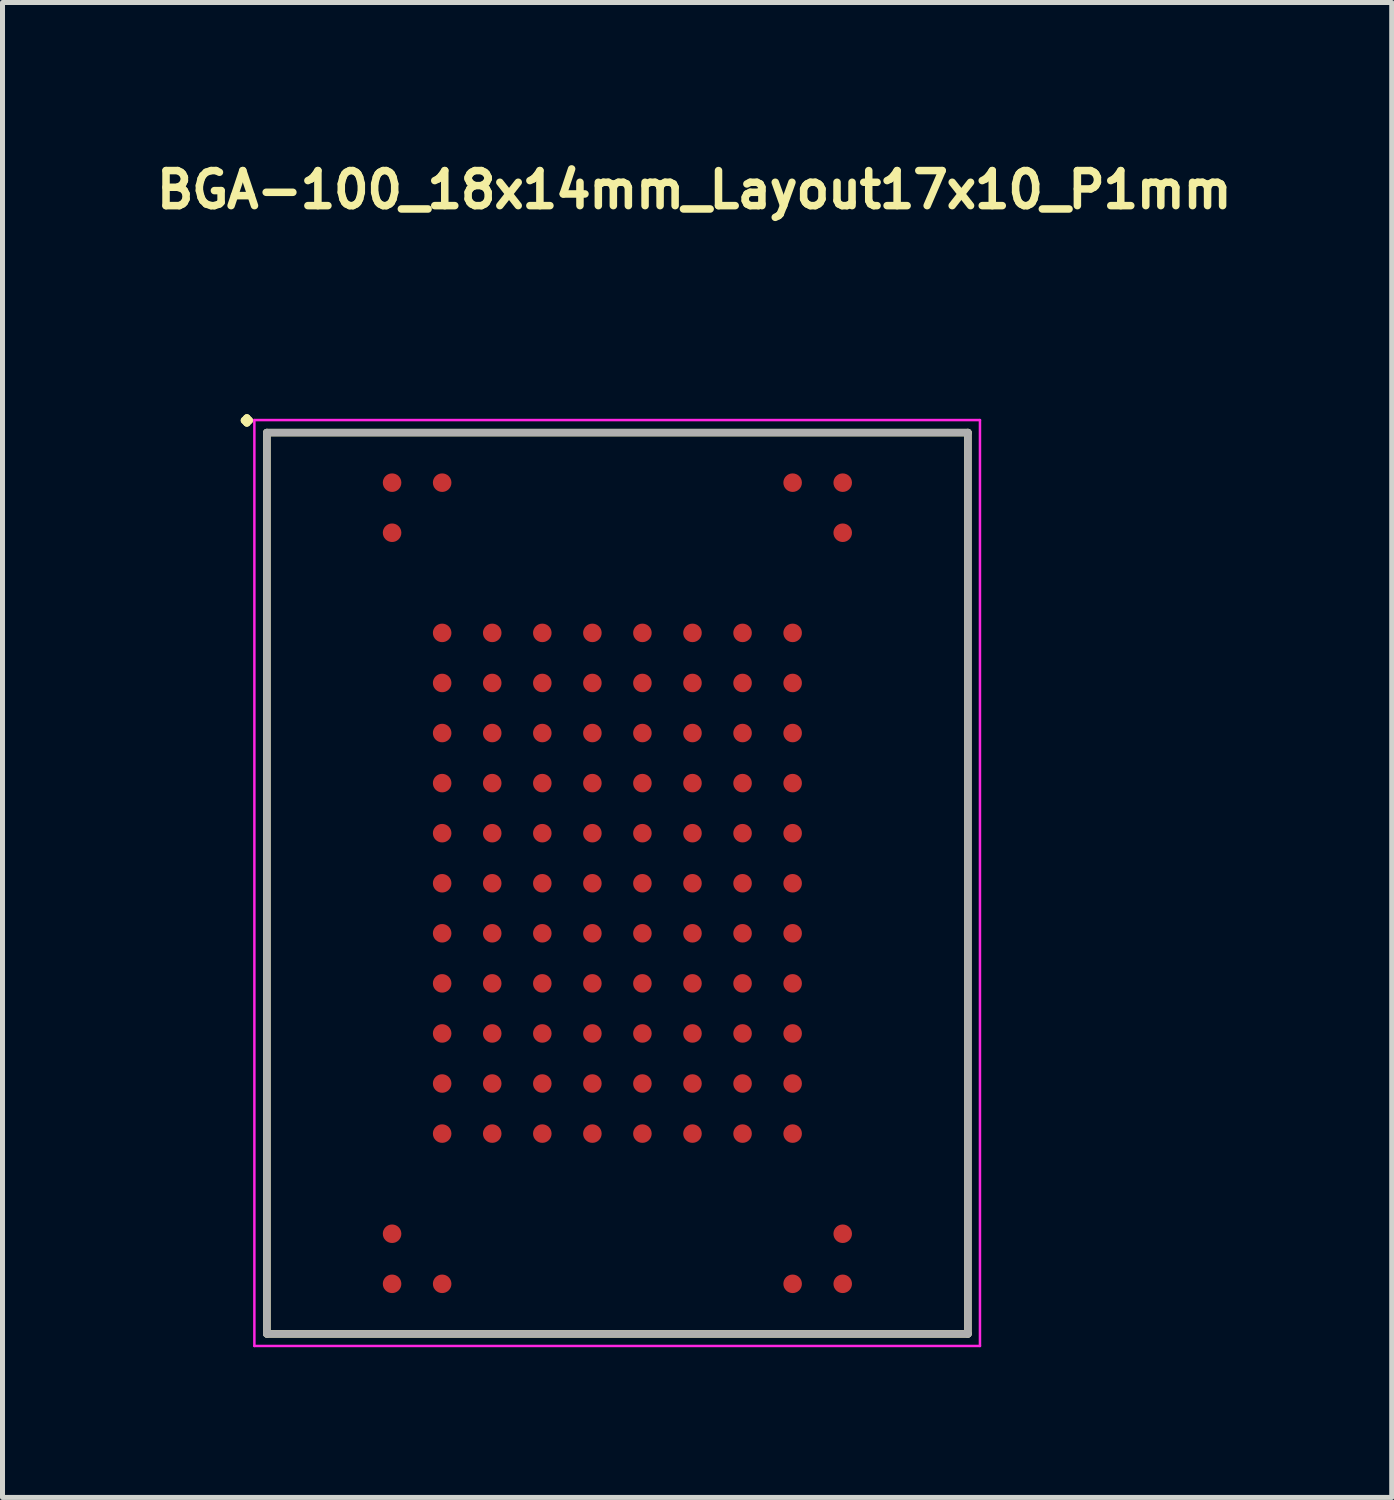
<source format=kicad_pcb>
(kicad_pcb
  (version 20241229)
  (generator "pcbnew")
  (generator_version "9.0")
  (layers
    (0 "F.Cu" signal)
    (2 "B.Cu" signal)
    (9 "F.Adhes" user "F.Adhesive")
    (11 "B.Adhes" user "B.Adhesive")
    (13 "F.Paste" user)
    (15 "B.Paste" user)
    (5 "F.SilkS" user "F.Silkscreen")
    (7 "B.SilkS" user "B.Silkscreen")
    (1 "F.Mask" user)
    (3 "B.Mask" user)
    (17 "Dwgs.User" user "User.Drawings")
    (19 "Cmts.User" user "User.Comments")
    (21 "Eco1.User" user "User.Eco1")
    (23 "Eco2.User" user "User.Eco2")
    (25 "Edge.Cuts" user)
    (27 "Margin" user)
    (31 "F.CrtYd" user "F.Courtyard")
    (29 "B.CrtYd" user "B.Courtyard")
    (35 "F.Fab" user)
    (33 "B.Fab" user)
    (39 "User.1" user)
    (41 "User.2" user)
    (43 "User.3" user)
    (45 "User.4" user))
  (footprint "BGA-100_18x14mm_Layout17x10_P1mm"
    (layer "F.Cu")
    (at 9.28 14.589)
    (property "Reference" "BGA-100_18x14mm_Layout17x10_P1mm" (at -9.28 -13.439 0) (layer "F.SilkS") (effects (font (size 0.7 0.7) (thickness 0.15)) (justify left bottom)))
    (attr smd)
    (fp_line (start -7 8.999) (end -7 -9) (stroke (width 0.15) (type solid)) (layer "F.SilkS"))
    (fp_line (start 6.999 -9) (end -7 -9) (stroke (width 0.15) (type solid)) (layer "F.SilkS"))
    (fp_line (start 6.999 8.999) (end -7 8.999) (stroke (width 0.15) (type solid)) (layer "F.SilkS"))
    (fp_line (start 6.999 8.999) (end 6.999 -9) (stroke (width 0.15) (type solid)) (layer "F.SilkS"))
    (fp_line (start -7.25 -9.25) (end 7.24 -9.25) (stroke (width 0.05) (type solid)) (layer "F.CrtYd"))
    (fp_line (start -7.25 9.24) (end -7.25 -9.25) (stroke (width 0.05) (type solid)) (layer "F.CrtYd"))
    (fp_line (start -7.25 9.24) (end 7.24 9.24) (stroke (width 0.05) (type solid)) (layer "F.CrtYd"))
    (fp_line (start 7.24 9.24) (end 7.24 -9.25) (stroke (width 0.05) (type solid)) (layer "F.CrtYd"))
    (fp_line (start -7 8.999) (end -7 -9) (stroke (width 0.15) (type solid)) (layer "F.Fab"))
    (fp_line (start 6.999 -9) (end -7 -9) (stroke (width 0.15) (type solid)) (layer "F.Fab"))
    (fp_line (start 6.999 8.999) (end -7 8.999) (stroke (width 0.15) (type solid)) (layer "F.Fab"))
    (fp_line (start 6.999 8.999) (end 6.999 -9) (stroke (width 0.15) (type solid)) (layer "F.Fab"))
    (fp_rect (start -7 -9) (end 6.999 8.999) (stroke (width 0.1) (type solid)) (fill no) (layer "User.5"))
    (fp_line (start -7 -9) (end 6.999 -9) (stroke (width 0.02) (type solid)) (layer "User.9"))
    (fp_line (start -7 8.999) (end -7 -9) (stroke (width 0.02) (type solid)) (layer "User.9"))
    (fp_line (start -6.417 -7.853) (end -6.417 -7.834) (stroke (width 0.02) (type solid)) (layer "User.9"))
    (fp_line (start -6.417 -7.853) (end -6.417 -7.834) (stroke (width 0.02) (type solid)) (layer "User.9"))
    (fp_line (start -6.417 -7.834) (end -6.416 -7.795) (stroke (width 0.02) (type solid)) (layer "User.9"))
    (fp_line (start -6.417 -7.834) (end -6.416 -7.795) (stroke (width 0.02) (type solid)) (layer "User.9"))
    (fp_line (start -6.416 -7.873) (end -6.417 -7.853) (stroke (width 0.02) (type solid)) (layer "User.9"))
    (fp_line (start -6.416 -7.873) (end -6.417 -7.853) (stroke (width 0.02) (type solid)) (layer "User.9"))
    (fp_line (start -6.416 -7.795) (end -6.412 -7.757) (stroke (width 0.02) (type solid)) (layer "User.9"))
    (fp_line (start -6.416 -7.795) (end -6.412 -7.757) (stroke (width 0.02) (type solid)) (layer "User.9"))
    (fp_line (start -6.414 -7.892) (end -6.416 -7.873) (stroke (width 0.02) (type solid)) (layer "User.9"))
    (fp_line (start -6.414 -7.892) (end -6.416 -7.873) (stroke (width 0.02) (type solid)) (layer "User.9"))
    (fp_line (start -6.412 -7.911) (end -6.414 -7.892) (stroke (width 0.02) (type solid)) (layer "User.9"))
    (fp_line (start -6.412 -7.911) (end -6.414 -7.892) (stroke (width 0.02) (type solid)) (layer "User.9"))
    (fp_line (start -6.412 -7.757) (end -6.406 -7.719) (stroke (width 0.02) (type solid)) (layer "User.9"))
    (fp_line (start -6.412 -7.757) (end -6.406 -7.719) (stroke (width 0.02) (type solid)) (layer "User.9"))
    (fp_line (start -6.409 -7.93) (end -6.412 -7.911) (stroke (width 0.02) (type solid)) (layer "User.9"))
    (fp_line (start -6.409 -7.93) (end -6.412 -7.911) (stroke (width 0.02) (type solid)) (layer "User.9"))
    (fp_line (start -6.406 -7.949) (end -6.409 -7.93) (stroke (width 0.02) (type solid)) (layer "User.9"))
    (fp_line (start -6.406 -7.949) (end -6.409 -7.93) (stroke (width 0.02) (type solid)) (layer "User.9"))
    (fp_line (start -6.406 -7.719) (end -6.397 -7.682) (stroke (width 0.02) (type solid)) (layer "User.9"))
    (fp_line (start -6.406 -7.719) (end -6.397 -7.682) (stroke (width 0.02) (type solid)) (layer "User.9"))
    (fp_line (start -6.402 -7.968) (end -6.406 -7.949) (stroke (width 0.02) (type solid)) (layer "User.9"))
    (fp_line (start -6.402 -7.968) (end -6.406 -7.949) (stroke (width 0.02) (type solid)) (layer "User.9"))
    (fp_line (start -6.397 -7.986) (end -6.402 -7.968) (stroke (width 0.02) (type solid)) (layer "User.9"))
    (fp_line (start -6.397 -7.986) (end -6.402 -7.968) (stroke (width 0.02) (type solid)) (layer "User.9"))
    (fp_line (start -6.397 -7.682) (end -6.386 -7.645) (stroke (width 0.02) (type solid)) (layer "User.9"))
    (fp_line (start -6.397 -7.682) (end -6.386 -7.645) (stroke (width 0.02) (type solid)) (layer "User.9"))
    (fp_line (start -6.392 -8.004) (end -6.397 -7.986) (stroke (width 0.02) (type solid)) (layer "User.9"))
    (fp_line (start -6.392 -8.004) (end -6.397 -7.986) (stroke (width 0.02) (type solid)) (layer "User.9"))
    (fp_line (start -6.386 -8.022) (end -6.392 -8.004) (stroke (width 0.02) (type solid)) (layer "User.9"))
    (fp_line (start -6.386 -8.022) (end -6.392 -8.004) (stroke (width 0.02) (type solid)) (layer "User.9"))
    (fp_line (start -6.386 -7.645) (end -6.372 -7.61) (stroke (width 0.02) (type solid)) (layer "User.9"))
    (fp_line (start -6.386 -7.645) (end -6.372 -7.61) (stroke (width 0.02) (type solid)) (layer "User.9"))
    (fp_line (start -6.379 -8.04) (end -6.386 -8.022) (stroke (width 0.02) (type solid)) (layer "User.9"))
    (fp_line (start -6.379 -8.04) (end -6.386 -8.022) (stroke (width 0.02) (type solid)) (layer "User.9"))
    (fp_line (start -6.372 -8.058) (end -6.379 -8.04) (stroke (width 0.02) (type solid)) (layer "User.9"))
    (fp_line (start -6.372 -8.058) (end -6.379 -8.04) (stroke (width 0.02) (type solid)) (layer "User.9"))
    (fp_line (start -6.372 -7.61) (end -6.357 -7.575) (stroke (width 0.02) (type solid)) (layer "User.9"))
    (fp_line (start -6.372 -7.61) (end -6.357 -7.575) (stroke (width 0.02) (type solid)) (layer "User.9"))
    (fp_line (start -6.365 -8.075) (end -6.372 -8.058) (stroke (width 0.02) (type solid)) (layer "User.9"))
    (fp_line (start -6.365 -8.075) (end -6.372 -8.058) (stroke (width 0.02) (type solid)) (layer "User.9"))
    (fp_line (start -6.357 -8.092) (end -6.365 -8.075) (stroke (width 0.02) (type solid)) (layer "User.9"))
    (fp_line (start -6.357 -8.092) (end -6.365 -8.075) (stroke (width 0.02) (type solid)) (layer "User.9"))
    (fp_line (start -6.357 -7.575) (end -6.339 -7.542) (stroke (width 0.02) (type solid)) (layer "User.9"))
    (fp_line (start -6.357 -7.575) (end -6.339 -7.542) (stroke (width 0.02) (type solid)) (layer "User.9"))
    (fp_line (start -6.348 -8.109) (end -6.357 -8.092) (stroke (width 0.02) (type solid)) (layer "User.9"))
    (fp_line (start -6.348 -8.109) (end -6.357 -8.092) (stroke (width 0.02) (type solid)) (layer "User.9"))
    (fp_line (start -6.339 -8.125) (end -6.348 -8.109) (stroke (width 0.02) (type solid)) (layer "User.9"))
    (fp_line (start -6.339 -8.125) (end -6.348 -8.109) (stroke (width 0.02) (type solid)) (layer "User.9"))
    (fp_line (start -6.339 -7.542) (end -6.319 -7.51) (stroke (width 0.02) (type solid)) (layer "User.9"))
    (fp_line (start -6.339 -7.542) (end -6.319 -7.51) (stroke (width 0.02) (type solid)) (layer "User.9"))
    (fp_line (start -6.329 -8.142) (end -6.339 -8.125) (stroke (width 0.02) (type solid)) (layer "User.9"))
    (fp_line (start -6.329 -8.142) (end -6.339 -8.125) (stroke (width 0.02) (type solid)) (layer "User.9"))
    (fp_line (start -6.319 -8.158) (end -6.329 -8.142) (stroke (width 0.02) (type solid)) (layer "User.9"))
    (fp_line (start -6.319 -8.158) (end -6.329 -8.142) (stroke (width 0.02) (type solid)) (layer "User.9"))
    (fp_line (start -6.319 -7.51) (end -6.297 -7.479) (stroke (width 0.02) (type solid)) (layer "User.9"))
    (fp_line (start -6.319 -7.51) (end -6.297 -7.479) (stroke (width 0.02) (type solid)) (layer "User.9"))
    (fp_line (start -6.308 -8.173) (end -6.319 -8.158) (stroke (width 0.02) (type solid)) (layer "User.9"))
    (fp_line (start -6.308 -8.173) (end -6.319 -8.158) (stroke (width 0.02) (type solid)) (layer "User.9"))
    (fp_line (start -6.297 -8.188) (end -6.308 -8.173) (stroke (width 0.02) (type solid)) (layer "User.9"))
    (fp_line (start -6.297 -8.188) (end -6.308 -8.173) (stroke (width 0.02) (type solid)) (layer "User.9"))
    (fp_line (start -6.297 -7.479) (end -6.273 -7.45) (stroke (width 0.02) (type solid)) (layer "User.9"))
    (fp_line (start -6.297 -7.479) (end -6.273 -7.45) (stroke (width 0.02) (type solid)) (layer "User.9"))
    (fp_line (start -6.285 -8.203) (end -6.297 -8.188) (stroke (width 0.02) (type solid)) (layer "User.9"))
    (fp_line (start -6.285 -8.203) (end -6.297 -8.188) (stroke (width 0.02) (type solid)) (layer "User.9"))
    (fp_line (start -6.273 -8.218) (end -6.285 -8.203) (stroke (width 0.02) (type solid)) (layer "User.9"))
    (fp_line (start -6.273 -8.218) (end -6.285 -8.203) (stroke (width 0.02) (type solid)) (layer "User.9"))
    (fp_line (start -6.273 -7.45) (end -6.247 -7.422) (stroke (width 0.02) (type solid)) (layer "User.9"))
    (fp_line (start -6.273 -7.45) (end -6.247 -7.422) (stroke (width 0.02) (type solid)) (layer "User.9"))
    (fp_line (start -6.26 -8.232) (end -6.273 -8.218) (stroke (width 0.02) (type solid)) (layer "User.9"))
    (fp_line (start -6.26 -8.232) (end -6.273 -8.218) (stroke (width 0.02) (type solid)) (layer "User.9"))
    (fp_line (start -6.247 -8.245) (end -6.26 -8.232) (stroke (width 0.02) (type solid)) (layer "User.9"))
    (fp_line (start -6.247 -8.245) (end -6.26 -8.232) (stroke (width 0.02) (type solid)) (layer "User.9"))
    (fp_line (start -6.247 -7.422) (end -6.219 -7.396) (stroke (width 0.02) (type solid)) (layer "User.9"))
    (fp_line (start -6.247 -7.422) (end -6.219 -7.396) (stroke (width 0.02) (type solid)) (layer "User.9"))
    (fp_line (start -6.234 -8.259) (end -6.247 -8.245) (stroke (width 0.02) (type solid)) (layer "User.9"))
    (fp_line (start -6.234 -8.259) (end -6.247 -8.245) (stroke (width 0.02) (type solid)) (layer "User.9"))
    (fp_line (start -6.219 -8.272) (end -6.234 -8.259) (stroke (width 0.02) (type solid)) (layer "User.9"))
    (fp_line (start -6.219 -8.272) (end -6.234 -8.259) (stroke (width 0.02) (type solid)) (layer "User.9"))
    (fp_line (start -6.219 -7.396) (end -6.19 -7.372) (stroke (width 0.02) (type solid)) (layer "User.9"))
    (fp_line (start -6.219 -7.396) (end -6.19 -7.372) (stroke (width 0.02) (type solid)) (layer "User.9"))
    (fp_line (start -6.205 -8.284) (end -6.219 -8.272) (stroke (width 0.02) (type solid)) (layer "User.9"))
    (fp_line (start -6.205 -8.284) (end -6.219 -8.272) (stroke (width 0.02) (type solid)) (layer "User.9"))
    (fp_line (start -6.19 -8.296) (end -6.205 -8.284) (stroke (width 0.02) (type solid)) (layer "User.9"))
    (fp_line (start -6.19 -8.296) (end -6.205 -8.284) (stroke (width 0.02) (type solid)) (layer "User.9"))
    (fp_line (start -6.19 -7.372) (end -6.159 -7.349) (stroke (width 0.02) (type solid)) (layer "User.9"))
    (fp_line (start -6.19 -7.372) (end -6.159 -7.349) (stroke (width 0.02) (type solid)) (layer "User.9"))
    (fp_line (start -6.174 -8.307) (end -6.19 -8.296) (stroke (width 0.02) (type solid)) (layer "User.9"))
    (fp_line (start -6.174 -8.307) (end -6.19 -8.296) (stroke (width 0.02) (type solid)) (layer "User.9"))
    (fp_line (start -6.159 -8.318) (end -6.174 -8.307) (stroke (width 0.02) (type solid)) (layer "User.9"))
    (fp_line (start -6.159 -8.318) (end -6.174 -8.307) (stroke (width 0.02) (type solid)) (layer "User.9"))
    (fp_line (start -6.159 -7.349) (end -6.126 -7.329) (stroke (width 0.02) (type solid)) (layer "User.9"))
    (fp_line (start -6.159 -7.349) (end -6.126 -7.329) (stroke (width 0.02) (type solid)) (layer "User.9"))
    (fp_line (start -6.142 -8.329) (end -6.159 -8.318) (stroke (width 0.02) (type solid)) (layer "User.9"))
    (fp_line (start -6.142 -8.329) (end -6.159 -8.318) (stroke (width 0.02) (type solid)) (layer "User.9"))
    (fp_line (start -6.126 -8.339) (end -6.142 -8.329) (stroke (width 0.02) (type solid)) (layer "User.9"))
    (fp_line (start -6.126 -8.339) (end -6.142 -8.329) (stroke (width 0.02) (type solid)) (layer "User.9"))
    (fp_line (start -6.126 -8.339) (end -6.126 -8.339) (stroke (width 0.02) (type solid)) (layer "User.9"))
    (fp_line (start -6.126 -8.339) (end -6.126 -8.339) (stroke (width 0.02) (type solid)) (layer "User.9"))
    (fp_line (start -6.126 -7.329) (end -6.126 -7.329) (stroke (width 0.02) (type solid)) (layer "User.9"))
    (fp_line (start -6.126 -7.329) (end -6.126 -7.329) (stroke (width 0.02) (type solid)) (layer "User.9"))
    (fp_line (start -6.126 -7.329) (end -6.091 -7.31) (stroke (width 0.02) (type solid)) (layer "User.9"))
    (fp_line (start -6.126 -7.329) (end -6.091 -7.31) (stroke (width 0.02) (type solid)) (layer "User.9"))
    (fp_line (start -6.091 -8.357) (end -6.126 -8.339) (stroke (width 0.02) (type solid)) (layer "User.9"))
    (fp_line (start -6.091 -8.357) (end -6.126 -8.339) (stroke (width 0.02) (type solid)) (layer "User.9"))
    (fp_line (start -6.091 -7.31) (end -6.056 -7.294) (stroke (width 0.02) (type solid)) (layer "User.9"))
    (fp_line (start -6.091 -7.31) (end -6.056 -7.294) (stroke (width 0.02) (type solid)) (layer "User.9"))
    (fp_line (start -6.056 -8.373) (end -6.091 -8.357) (stroke (width 0.02) (type solid)) (layer "User.9"))
    (fp_line (start -6.056 -8.373) (end -6.091 -8.357) (stroke (width 0.02) (type solid)) (layer "User.9"))
    (fp_line (start -6.056 -7.294) (end -6.02 -7.281) (stroke (width 0.02) (type solid)) (layer "User.9"))
    (fp_line (start -6.056 -7.294) (end -6.02 -7.281) (stroke (width 0.02) (type solid)) (layer "User.9"))
    (fp_line (start -6.02 -8.387) (end -6.056 -8.373) (stroke (width 0.02) (type solid)) (layer "User.9"))
    (fp_line (start -6.02 -8.387) (end -6.056 -8.373) (stroke (width 0.02) (type solid)) (layer "User.9"))
    (fp_line (start -6.02 -7.281) (end -5.984 -7.27) (stroke (width 0.02) (type solid)) (layer "User.9"))
    (fp_line (start -6.02 -7.281) (end -5.984 -7.27) (stroke (width 0.02) (type solid)) (layer "User.9"))
    (fp_line (start -5.984 -8.398) (end -6.02 -8.387) (stroke (width 0.02) (type solid)) (layer "User.9"))
    (fp_line (start -5.984 -8.398) (end -6.02 -8.387) (stroke (width 0.02) (type solid)) (layer "User.9"))
    (fp_line (start -5.984 -7.27) (end -5.947 -7.261) (stroke (width 0.02) (type solid)) (layer "User.9"))
    (fp_line (start -5.984 -7.27) (end -5.947 -7.261) (stroke (width 0.02) (type solid)) (layer "User.9"))
    (fp_line (start -5.947 -8.406) (end -5.984 -8.398) (stroke (width 0.02) (type solid)) (layer "User.9"))
    (fp_line (start -5.947 -8.406) (end -5.984 -8.398) (stroke (width 0.02) (type solid)) (layer "User.9"))
    (fp_line (start -5.947 -7.261) (end -5.909 -7.255) (stroke (width 0.02) (type solid)) (layer "User.9"))
    (fp_line (start -5.947 -7.261) (end -5.909 -7.255) (stroke (width 0.02) (type solid)) (layer "User.9"))
    (fp_line (start -5.909 -8.412) (end -5.947 -8.406) (stroke (width 0.02) (type solid)) (layer "User.9"))
    (fp_line (start -5.909 -8.412) (end -5.947 -8.406) (stroke (width 0.02) (type solid)) (layer "User.9"))
    (fp_line (start -5.909 -7.255) (end -5.872 -7.252) (stroke (width 0.02) (type solid)) (layer "User.9"))
    (fp_line (start -5.909 -7.255) (end -5.872 -7.252) (stroke (width 0.02) (type solid)) (layer "User.9"))
    (fp_line (start -5.872 -8.416) (end -5.909 -8.412) (stroke (width 0.02) (type solid)) (layer "User.9"))
    (fp_line (start -5.872 -8.416) (end -5.909 -8.412) (stroke (width 0.02) (type solid)) (layer "User.9"))
    (fp_line (start -5.872 -7.252) (end -5.834 -7.25) (stroke (width 0.02) (type solid)) (layer "User.9"))
    (fp_line (start -5.872 -7.252) (end -5.834 -7.25) (stroke (width 0.02) (type solid)) (layer "User.9"))
    (fp_line (start -5.834 -8.417) (end -5.872 -8.416) (stroke (width 0.02) (type solid)) (layer "User.9"))
    (fp_line (start -5.834 -8.417) (end -5.872 -8.416) (stroke (width 0.02) (type solid)) (layer "User.9"))
    (fp_line (start -5.834 -7.25) (end -5.796 -7.252) (stroke (width 0.02) (type solid)) (layer "User.9"))
    (fp_line (start -5.834 -7.25) (end -5.796 -7.252) (stroke (width 0.02) (type solid)) (layer "User.9"))
    (fp_line (start -5.796 -8.416) (end -5.834 -8.417) (stroke (width 0.02) (type solid)) (layer "User.9"))
    (fp_line (start -5.796 -8.416) (end -5.834 -8.417) (stroke (width 0.02) (type solid)) (layer "User.9"))
    (fp_line (start -5.796 -7.252) (end -5.758 -7.255) (stroke (width 0.02) (type solid)) (layer "User.9"))
    (fp_line (start -5.796 -7.252) (end -5.758 -7.255) (stroke (width 0.02) (type solid)) (layer "User.9"))
    (fp_line (start -5.758 -8.412) (end -5.796 -8.416) (stroke (width 0.02) (type solid)) (layer "User.9"))
    (fp_line (start -5.758 -8.412) (end -5.796 -8.416) (stroke (width 0.02) (type solid)) (layer "User.9"))
    (fp_line (start -5.758 -7.255) (end -5.721 -7.261) (stroke (width 0.02) (type solid)) (layer "User.9"))
    (fp_line (start -5.758 -7.255) (end -5.721 -7.261) (stroke (width 0.02) (type solid)) (layer "User.9"))
    (fp_line (start -5.721 -8.406) (end -5.758 -8.412) (stroke (width 0.02) (type solid)) (layer "User.9"))
    (fp_line (start -5.721 -8.406) (end -5.758 -8.412) (stroke (width 0.02) (type solid)) (layer "User.9"))
    (fp_line (start -5.721 -7.261) (end -5.684 -7.27) (stroke (width 0.02) (type solid)) (layer "User.9"))
    (fp_line (start -5.721 -7.261) (end -5.684 -7.27) (stroke (width 0.02) (type solid)) (layer "User.9"))
    (fp_line (start -5.684 -8.398) (end -5.721 -8.406) (stroke (width 0.02) (type solid)) (layer "User.9"))
    (fp_line (start -5.684 -8.398) (end -5.721 -8.406) (stroke (width 0.02) (type solid)) (layer "User.9"))
    (fp_line (start -5.684 -7.27) (end -5.648 -7.281) (stroke (width 0.02) (type solid)) (layer "User.9"))
    (fp_line (start -5.684 -7.27) (end -5.648 -7.281) (stroke (width 0.02) (type solid)) (layer "User.9"))
    (fp_line (start -5.648 -8.387) (end -5.684 -8.398) (stroke (width 0.02) (type solid)) (layer "User.9"))
    (fp_line (start -5.648 -8.387) (end -5.684 -8.398) (stroke (width 0.02) (type solid)) (layer "User.9"))
    (fp_line (start -5.648 -7.281) (end -5.612 -7.294) (stroke (width 0.02) (type solid)) (layer "User.9"))
    (fp_line (start -5.648 -7.281) (end -5.612 -7.294) (stroke (width 0.02) (type solid)) (layer "User.9"))
    (fp_line (start -5.612 -8.373) (end -5.648 -8.387) (stroke (width 0.02) (type solid)) (layer "User.9"))
    (fp_line (start -5.612 -8.373) (end -5.648 -8.387) (stroke (width 0.02) (type solid)) (layer "User.9"))
    (fp_line (start -5.612 -7.294) (end -5.576 -7.31) (stroke (width 0.02) (type solid)) (layer "User.9"))
    (fp_line (start -5.612 -7.294) (end -5.576 -7.31) (stroke (width 0.02) (type solid)) (layer "User.9"))
    (fp_line (start -5.576 -8.357) (end -5.612 -8.373) (stroke (width 0.02) (type solid)) (layer "User.9"))
    (fp_line (start -5.576 -8.357) (end -5.612 -8.373) (stroke (width 0.02) (type solid)) (layer "User.9"))
    (fp_line (start -5.576 -7.31) (end -5.542 -7.329) (stroke (width 0.02) (type solid)) (layer "User.9"))
    (fp_line (start -5.576 -7.31) (end -5.542 -7.329) (stroke (width 0.02) (type solid)) (layer "User.9"))
    (fp_line (start -5.542 -8.339) (end -5.576 -8.357) (stroke (width 0.02) (type solid)) (layer "User.9"))
    (fp_line (start -5.542 -8.339) (end -5.576 -8.357) (stroke (width 0.02) (type solid)) (layer "User.9"))
    (fp_line (start -5.542 -8.339) (end -5.542 -8.339) (stroke (width 0.02) (type solid)) (layer "User.9"))
    (fp_line (start -5.542 -8.339) (end -5.542 -8.339) (stroke (width 0.02) (type solid)) (layer "User.9"))
    (fp_line (start -5.542 -7.329) (end -5.542 -7.329) (stroke (width 0.02) (type solid)) (layer "User.9"))
    (fp_line (start -5.542 -7.329) (end -5.542 -7.329) (stroke (width 0.02) (type solid)) (layer "User.9"))
    (fp_line (start -5.542 -7.329) (end -5.525 -7.339) (stroke (width 0.02) (type solid)) (layer "User.9"))
    (fp_line (start -5.542 -7.329) (end -5.525 -7.339) (stroke (width 0.02) (type solid)) (layer "User.9"))
    (fp_line (start -5.525 -7.339) (end -5.509 -7.349) (stroke (width 0.02) (type solid)) (layer "User.9"))
    (fp_line (start -5.525 -7.339) (end -5.509 -7.349) (stroke (width 0.02) (type solid)) (layer "User.9"))
    (fp_line (start -5.509 -8.318) (end -5.542 -8.339) (stroke (width 0.02) (type solid)) (layer "User.9"))
    (fp_line (start -5.509 -8.318) (end -5.542 -8.339) (stroke (width 0.02) (type solid)) (layer "User.9"))
    (fp_line (start -5.509 -7.349) (end -5.493 -7.36) (stroke (width 0.02) (type solid)) (layer "User.9"))
    (fp_line (start -5.509 -7.349) (end -5.493 -7.36) (stroke (width 0.02) (type solid)) (layer "User.9"))
    (fp_line (start -5.493 -7.36) (end -5.478 -7.372) (stroke (width 0.02) (type solid)) (layer "User.9"))
    (fp_line (start -5.493 -7.36) (end -5.478 -7.372) (stroke (width 0.02) (type solid)) (layer "User.9"))
    (fp_line (start -5.478 -8.296) (end -5.509 -8.318) (stroke (width 0.02) (type solid)) (layer "User.9"))
    (fp_line (start -5.478 -8.296) (end -5.509 -8.318) (stroke (width 0.02) (type solid)) (layer "User.9"))
    (fp_line (start -5.478 -7.372) (end -5.463 -7.384) (stroke (width 0.02) (type solid)) (layer "User.9"))
    (fp_line (start -5.478 -7.372) (end -5.463 -7.384) (stroke (width 0.02) (type solid)) (layer "User.9"))
    (fp_line (start -5.463 -7.384) (end -5.448 -7.396) (stroke (width 0.02) (type solid)) (layer "User.9"))
    (fp_line (start -5.463 -7.384) (end -5.448 -7.396) (stroke (width 0.02) (type solid)) (layer "User.9"))
    (fp_line (start -5.448 -8.272) (end -5.478 -8.296) (stroke (width 0.02) (type solid)) (layer "User.9"))
    (fp_line (start -5.448 -8.272) (end -5.478 -8.296) (stroke (width 0.02) (type solid)) (layer "User.9"))
    (fp_line (start -5.448 -7.396) (end -5.434 -7.409) (stroke (width 0.02) (type solid)) (layer "User.9"))
    (fp_line (start -5.448 -7.396) (end -5.434 -7.409) (stroke (width 0.02) (type solid)) (layer "User.9"))
    (fp_line (start -5.434 -7.409) (end -5.42 -7.422) (stroke (width 0.02) (type solid)) (layer "User.9"))
    (fp_line (start -5.434 -7.409) (end -5.42 -7.422) (stroke (width 0.02) (type solid)) (layer "User.9"))
    (fp_line (start -5.42 -8.245) (end -5.448 -8.272) (stroke (width 0.02) (type solid)) (layer "User.9"))
    (fp_line (start -5.42 -8.245) (end -5.448 -8.272) (stroke (width 0.02) (type solid)) (layer "User.9"))
    (fp_line (start -5.42 -7.422) (end -5.407 -7.436) (stroke (width 0.02) (type solid)) (layer "User.9"))
    (fp_line (start -5.42 -7.422) (end -5.407 -7.436) (stroke (width 0.02) (type solid)) (layer "User.9"))
    (fp_line (start -5.407 -7.436) (end -5.395 -7.45) (stroke (width 0.02) (type solid)) (layer "User.9"))
    (fp_line (start -5.407 -7.436) (end -5.395 -7.45) (stroke (width 0.02) (type solid)) (layer "User.9"))
    (fp_line (start -5.395 -8.218) (end -5.42 -8.245) (stroke (width 0.02) (type solid)) (layer "User.9"))
    (fp_line (start -5.395 -8.218) (end -5.42 -8.245) (stroke (width 0.02) (type solid)) (layer "User.9"))
    (fp_line (start -5.395 -7.45) (end -5.382 -7.464) (stroke (width 0.02) (type solid)) (layer "User.9"))
    (fp_line (start -5.395 -7.45) (end -5.382 -7.464) (stroke (width 0.02) (type solid)) (layer "User.9"))
    (fp_line (start -5.382 -7.464) (end -5.371 -7.479) (stroke (width 0.02) (type solid)) (layer "User.9"))
    (fp_line (start -5.382 -7.464) (end -5.371 -7.479) (stroke (width 0.02) (type solid)) (layer "User.9"))
    (fp_line (start -5.371 -8.188) (end -5.395 -8.218) (stroke (width 0.02) (type solid)) (layer "User.9"))
    (fp_line (start -5.371 -8.188) (end -5.395 -8.218) (stroke (width 0.02) (type solid)) (layer "User.9"))
    (fp_line (start -5.371 -7.479) (end -5.359 -7.495) (stroke (width 0.02) (type solid)) (layer "User.9"))
    (fp_line (start -5.371 -7.479) (end -5.359 -7.495) (stroke (width 0.02) (type solid)) (layer "User.9"))
    (fp_line (start -5.359 -7.495) (end -5.349 -7.51) (stroke (width 0.02) (type solid)) (layer "User.9"))
    (fp_line (start -5.359 -7.495) (end -5.349 -7.51) (stroke (width 0.02) (type solid)) (layer "User.9"))
    (fp_line (start -5.349 -8.158) (end -5.371 -8.188) (stroke (width 0.02) (type solid)) (layer "User.9"))
    (fp_line (start -5.349 -8.158) (end -5.371 -8.188) (stroke (width 0.02) (type solid)) (layer "User.9"))
    (fp_line (start -5.349 -7.51) (end -5.338 -7.526) (stroke (width 0.02) (type solid)) (layer "User.9"))
    (fp_line (start -5.349 -7.51) (end -5.338 -7.526) (stroke (width 0.02) (type solid)) (layer "User.9"))
    (fp_line (start -5.338 -7.526) (end -5.329 -7.542) (stroke (width 0.02) (type solid)) (layer "User.9"))
    (fp_line (start -5.338 -7.526) (end -5.329 -7.542) (stroke (width 0.02) (type solid)) (layer "User.9"))
    (fp_line (start -5.329 -8.125) (end -5.349 -8.158) (stroke (width 0.02) (type solid)) (layer "User.9"))
    (fp_line (start -5.329 -8.125) (end -5.349 -8.158) (stroke (width 0.02) (type solid)) (layer "User.9"))
    (fp_line (start -5.329 -7.542) (end -5.319 -7.559) (stroke (width 0.02) (type solid)) (layer "User.9"))
    (fp_line (start -5.329 -7.542) (end -5.319 -7.559) (stroke (width 0.02) (type solid)) (layer "User.9"))
    (fp_line (start -5.319 -7.559) (end -5.311 -7.575) (stroke (width 0.02) (type solid)) (layer "User.9"))
    (fp_line (start -5.319 -7.559) (end -5.311 -7.575) (stroke (width 0.02) (type solid)) (layer "User.9"))
    (fp_line (start -5.311 -8.092) (end -5.329 -8.125) (stroke (width 0.02) (type solid)) (layer "User.9"))
    (fp_line (start -5.311 -8.092) (end -5.329 -8.125) (stroke (width 0.02) (type solid)) (layer "User.9"))
    (fp_line (start -5.311 -7.575) (end -5.303 -7.593) (stroke (width 0.02) (type solid)) (layer "User.9"))
    (fp_line (start -5.311 -7.575) (end -5.303 -7.593) (stroke (width 0.02) (type solid)) (layer "User.9"))
    (fp_line (start -5.303 -7.593) (end -5.295 -7.61) (stroke (width 0.02) (type solid)) (layer "User.9"))
    (fp_line (start -5.303 -7.593) (end -5.295 -7.61) (stroke (width 0.02) (type solid)) (layer "User.9"))
    (fp_line (start -5.295 -8.058) (end -5.311 -8.092) (stroke (width 0.02) (type solid)) (layer "User.9"))
    (fp_line (start -5.295 -8.058) (end -5.311 -8.092) (stroke (width 0.02) (type solid)) (layer "User.9"))
    (fp_line (start -5.295 -7.61) (end -5.288 -7.627) (stroke (width 0.02) (type solid)) (layer "User.9"))
    (fp_line (start -5.295 -7.61) (end -5.288 -7.627) (stroke (width 0.02) (type solid)) (layer "User.9"))
    (fp_line (start -5.288 -7.627) (end -5.282 -7.645) (stroke (width 0.02) (type solid)) (layer "User.9"))
    (fp_line (start -5.288 -7.627) (end -5.282 -7.645) (stroke (width 0.02) (type solid)) (layer "User.9"))
    (fp_line (start -5.282 -8.022) (end -5.295 -8.058) (stroke (width 0.02) (type solid)) (layer "User.9"))
    (fp_line (start -5.282 -8.022) (end -5.295 -8.058) (stroke (width 0.02) (type solid)) (layer "User.9"))
    (fp_line (start -5.282 -7.645) (end -5.276 -7.663) (stroke (width 0.02) (type solid)) (layer "User.9"))
    (fp_line (start -5.282 -7.645) (end -5.276 -7.663) (stroke (width 0.02) (type solid)) (layer "User.9"))
    (fp_line (start -5.276 -7.663) (end -5.271 -7.682) (stroke (width 0.02) (type solid)) (layer "User.9"))
    (fp_line (start -5.276 -7.663) (end -5.271 -7.682) (stroke (width 0.02) (type solid)) (layer "User.9"))
    (fp_line (start -5.271 -7.986) (end -5.282 -8.022) (stroke (width 0.02) (type solid)) (layer "User.9"))
    (fp_line (start -5.271 -7.986) (end -5.282 -8.022) (stroke (width 0.02) (type solid)) (layer "User.9"))
    (fp_line (start -5.271 -7.682) (end -5.266 -7.7) (stroke (width 0.02) (type solid)) (layer "User.9"))
    (fp_line (start -5.271 -7.682) (end -5.266 -7.7) (stroke (width 0.02) (type solid)) (layer "User.9"))
    (fp_line (start -5.266 -7.7) (end -5.262 -7.719) (stroke (width 0.02) (type solid)) (layer "User.9"))
    (fp_line (start -5.266 -7.7) (end -5.262 -7.719) (stroke (width 0.02) (type solid)) (layer "User.9"))
    (fp_line (start -5.262 -7.949) (end -5.271 -7.986) (stroke (width 0.02) (type solid)) (layer "User.9"))
    (fp_line (start -5.262 -7.949) (end -5.271 -7.986) (stroke (width 0.02) (type solid)) (layer "User.9"))
    (fp_line (start -5.262 -7.719) (end -5.258 -7.738) (stroke (width 0.02) (type solid)) (layer "User.9"))
    (fp_line (start -5.262 -7.719) (end -5.258 -7.738) (stroke (width 0.02) (type solid)) (layer "User.9"))
    (fp_line (start -5.258 -7.738) (end -5.256 -7.757) (stroke (width 0.02) (type solid)) (layer "User.9"))
    (fp_line (start -5.258 -7.738) (end -5.256 -7.757) (stroke (width 0.02) (type solid)) (layer "User.9"))
    (fp_line (start -5.256 -7.911) (end -5.262 -7.949) (stroke (width 0.02) (type solid)) (layer "User.9"))
    (fp_line (start -5.256 -7.911) (end -5.262 -7.949) (stroke (width 0.02) (type solid)) (layer "User.9"))
    (fp_line (start -5.256 -7.757) (end -5.253 -7.776) (stroke (width 0.02) (type solid)) (layer "User.9"))
    (fp_line (start -5.256 -7.757) (end -5.253 -7.776) (stroke (width 0.02) (type solid)) (layer "User.9"))
    (fp_line (start -5.253 -7.776) (end -5.252 -7.795) (stroke (width 0.02) (type solid)) (layer "User.9"))
    (fp_line (start -5.253 -7.776) (end -5.252 -7.795) (stroke (width 0.02) (type solid)) (layer "User.9"))
    (fp_line (start -5.252 -7.873) (end -5.256 -7.911) (stroke (width 0.02) (type solid)) (layer "User.9"))
    (fp_line (start -5.252 -7.873) (end -5.256 -7.911) (stroke (width 0.02) (type solid)) (layer "User.9"))
    (fp_line (start -5.252 -7.795) (end -5.251 -7.814) (stroke (width 0.02) (type solid)) (layer "User.9"))
    (fp_line (start -5.252 -7.795) (end -5.251 -7.814) (stroke (width 0.02) (type solid)) (layer "User.9"))
    (fp_line (start -5.251 -7.814) (end -5.25 -7.834) (stroke (width 0.02) (type solid)) (layer "User.9"))
    (fp_line (start -5.251 -7.814) (end -5.25 -7.834) (stroke (width 0.02) (type solid)) (layer "User.9"))
    (fp_line (start -5.25 -7.834) (end -5.252 -7.873) (stroke (width 0.02) (type solid)) (layer "User.9"))
    (fp_line (start -5.25 -7.834) (end -5.252 -7.873) (stroke (width 0.02) (type solid)) (layer "User.9"))
    (fp_line (start 6.999 -9) (end 6.999 8.999) (stroke (width 0.02) (type solid)) (layer "User.9"))
    (fp_line (start 6.999 8.999) (end -7 8.999) (stroke (width 0.02) (type solid)) (layer "User.9"))
    (fp_text user "." (at -7.4 -9.65 0) (layer "F.SilkS") (effects (font (size 1 1) (thickness 0.15))))
    (pad "A1" smd circle (at -4.5 -8) (size 0.37 0.37) (layers "F.Cu" "F.Mask" "F.Paste"))
    (pad "A2" smd circle (at -3.5 -8) (size 0.37 0.37) (layers "F.Cu" "F.Mask" "F.Paste"))
    (pad "A9" smd circle (at 3.499 -8) (size 0.37 0.37) (layers "F.Cu" "F.Mask" "F.Paste"))
    (pad "A10" smd circle (at 4.499 -8) (size 0.37 0.37) (layers "F.Cu" "F.Mask" "F.Paste"))
    (pad "B1" smd circle (at -4.5 -7) (size 0.37 0.37) (layers "F.Cu" "F.Mask" "F.Paste"))
    (pad "B10" smd circle (at 4.499 -7) (size 0.37 0.37) (layers "F.Cu" "F.Mask" "F.Paste"))
    (pad "D2" smd circle (at -3.5 -5) (size 0.37 0.37) (layers "F.Cu" "F.Mask" "F.Paste"))
    (pad "D3" smd circle (at -2.5 -5) (size 0.37 0.37) (layers "F.Cu" "F.Mask" "F.Paste"))
    (pad "D4" smd circle (at -1.5 -5) (size 0.37 0.37) (layers "F.Cu" "F.Mask" "F.Paste"))
    (pad "D5" smd circle (at -0.5 -5) (size 0.37 0.37) (layers "F.Cu" "F.Mask" "F.Paste"))
    (pad "D6" smd circle (at 0.499 -5) (size 0.37 0.37) (layers "F.Cu" "F.Mask" "F.Paste"))
    (pad "D7" smd circle (at 1.499 -5) (size 0.37 0.37) (layers "F.Cu" "F.Mask" "F.Paste"))
    (pad "D8" smd circle (at 2.499 -5) (size 0.37 0.37) (layers "F.Cu" "F.Mask" "F.Paste"))
    (pad "D9" smd circle (at 3.499 -5) (size 0.37 0.37) (layers "F.Cu" "F.Mask" "F.Paste"))
    (pad "E2" smd circle (at -3.5 -4) (size 0.37 0.37) (layers "F.Cu" "F.Mask" "F.Paste"))
    (pad "E3" smd circle (at -2.5 -4) (size 0.37 0.37) (layers "F.Cu" "F.Mask" "F.Paste"))
    (pad "E4" smd circle (at -1.5 -4) (size 0.37 0.37) (layers "F.Cu" "F.Mask" "F.Paste"))
    (pad "E5" smd circle (at -0.5 -4) (size 0.37 0.37) (layers "F.Cu" "F.Mask" "F.Paste"))
    (pad "E6" smd circle (at 0.499 -4) (size 0.37 0.37) (layers "F.Cu" "F.Mask" "F.Paste"))
    (pad "E7" smd circle (at 1.499 -4) (size 0.37 0.37) (layers "F.Cu" "F.Mask" "F.Paste"))
    (pad "E8" smd circle (at 2.499 -4) (size 0.37 0.37) (layers "F.Cu" "F.Mask" "F.Paste"))
    (pad "E9" smd circle (at 3.499 -4) (size 0.37 0.37) (layers "F.Cu" "F.Mask" "F.Paste"))
    (pad "F2" smd circle (at -3.5 -3) (size 0.37 0.37) (layers "F.Cu" "F.Mask" "F.Paste"))
    (pad "F3" smd circle (at -2.5 -3) (size 0.37 0.37) (layers "F.Cu" "F.Mask" "F.Paste"))
    (pad "F4" smd circle (at -1.5 -3) (size 0.37 0.37) (layers "F.Cu" "F.Mask" "F.Paste"))
    (pad "F5" smd circle (at -0.5 -3) (size 0.37 0.37) (layers "F.Cu" "F.Mask" "F.Paste"))
    (pad "F6" smd circle (at 0.499 -3) (size 0.37 0.37) (layers "F.Cu" "F.Mask" "F.Paste"))
    (pad "F7" smd circle (at 1.499 -3) (size 0.37 0.37) (layers "F.Cu" "F.Mask" "F.Paste"))
    (pad "F8" smd circle (at 2.499 -3) (size 0.37 0.37) (layers "F.Cu" "F.Mask" "F.Paste"))
    (pad "F9" smd circle (at 3.499 -3) (size 0.37 0.37) (layers "F.Cu" "F.Mask" "F.Paste"))
    (pad "G2" smd circle (at -3.5 -2) (size 0.37 0.37) (layers "F.Cu" "F.Mask" "F.Paste"))
    (pad "G3" smd circle (at -2.5 -2) (size 0.37 0.37) (layers "F.Cu" "F.Mask" "F.Paste"))
    (pad "G4" smd circle (at -1.5 -2) (size 0.37 0.37) (layers "F.Cu" "F.Mask" "F.Paste"))
    (pad "G5" smd circle (at -0.5 -2) (size 0.37 0.37) (layers "F.Cu" "F.Mask" "F.Paste"))
    (pad "G6" smd circle (at 0.499 -2) (size 0.37 0.37) (layers "F.Cu" "F.Mask" "F.Paste"))
    (pad "G7" smd circle (at 1.499 -2) (size 0.37 0.37) (layers "F.Cu" "F.Mask" "F.Paste"))
    (pad "G8" smd circle (at 2.499 -2) (size 0.37 0.37) (layers "F.Cu" "F.Mask" "F.Paste"))
    (pad "G9" smd circle (at 3.499 -2) (size 0.37 0.37) (layers "F.Cu" "F.Mask" "F.Paste"))
    (pad "H2" smd circle (at -3.5 -1) (size 0.37 0.37) (layers "F.Cu" "F.Mask" "F.Paste"))
    (pad "H3" smd circle (at -2.5 -1) (size 0.37 0.37) (layers "F.Cu" "F.Mask" "F.Paste"))
    (pad "H4" smd circle (at -1.5 -1) (size 0.37 0.37) (layers "F.Cu" "F.Mask" "F.Paste"))
    (pad "H5" smd circle (at -0.5 -1) (size 0.37 0.37) (layers "F.Cu" "F.Mask" "F.Paste"))
    (pad "H6" smd circle (at 0.499 -1) (size 0.37 0.37) (layers "F.Cu" "F.Mask" "F.Paste"))
    (pad "H7" smd circle (at 1.499 -1) (size 0.37 0.37) (layers "F.Cu" "F.Mask" "F.Paste"))
    (pad "H8" smd circle (at 2.499 -1) (size 0.37 0.37) (layers "F.Cu" "F.Mask" "F.Paste"))
    (pad "H9" smd circle (at 3.499 -1) (size 0.37 0.37) (layers "F.Cu" "F.Mask" "F.Paste"))
    (pad "J2" smd circle (at -3.5 0) (size 0.37 0.37) (layers "F.Cu" "F.Mask" "F.Paste"))
    (pad "J3" smd circle (at -2.5 0) (size 0.37 0.37) (layers "F.Cu" "F.Mask" "F.Paste"))
    (pad "J4" smd circle (at -1.5 0) (size 0.37 0.37) (layers "F.Cu" "F.Mask" "F.Paste"))
    (pad "J5" smd circle (at -0.5 0) (size 0.37 0.37) (layers "F.Cu" "F.Mask" "F.Paste"))
    (pad "J6" smd circle (at 0.499 0) (size 0.37 0.37) (layers "F.Cu" "F.Mask" "F.Paste"))
    (pad "J7" smd circle (at 1.499 0) (size 0.37 0.37) (layers "F.Cu" "F.Mask" "F.Paste"))
    (pad "J8" smd circle (at 2.499 0) (size 0.37 0.37) (layers "F.Cu" "F.Mask" "F.Paste"))
    (pad "J9" smd circle (at 3.499 0) (size 0.37 0.37) (layers "F.Cu" "F.Mask" "F.Paste"))
    (pad "K2" smd circle (at -3.5 0.999) (size 0.37 0.37) (layers "F.Cu" "F.Mask" "F.Paste"))
    (pad "K3" smd circle (at -2.5 0.999) (size 0.37 0.37) (layers "F.Cu" "F.Mask" "F.Paste"))
    (pad "K4" smd circle (at -1.5 0.999) (size 0.37 0.37) (layers "F.Cu" "F.Mask" "F.Paste"))
    (pad "K5" smd circle (at -0.5 0.999) (size 0.37 0.37) (layers "F.Cu" "F.Mask" "F.Paste"))
    (pad "K6" smd circle (at 0.499 0.999) (size 0.37 0.37) (layers "F.Cu" "F.Mask" "F.Paste"))
    (pad "K7" smd circle (at 1.499 0.999) (size 0.37 0.37) (layers "F.Cu" "F.Mask" "F.Paste"))
    (pad "K8" smd circle (at 2.499 0.999) (size 0.37 0.37) (layers "F.Cu" "F.Mask" "F.Paste"))
    (pad "K9" smd circle (at 3.499 0.999) (size 0.37 0.37) (layers "F.Cu" "F.Mask" "F.Paste"))
    (pad "L2" smd circle (at -3.5 1.999) (size 0.37 0.37) (layers "F.Cu" "F.Mask" "F.Paste"))
    (pad "L3" smd circle (at -2.5 1.999) (size 0.37 0.37) (layers "F.Cu" "F.Mask" "F.Paste"))
    (pad "L4" smd circle (at -1.5 1.999) (size 0.37 0.37) (layers "F.Cu" "F.Mask" "F.Paste"))
    (pad "L5" smd circle (at -0.5 1.999) (size 0.37 0.37) (layers "F.Cu" "F.Mask" "F.Paste"))
    (pad "L6" smd circle (at 0.499 1.999) (size 0.37 0.37) (layers "F.Cu" "F.Mask" "F.Paste"))
    (pad "L7" smd circle (at 1.499 1.999) (size 0.37 0.37) (layers "F.Cu" "F.Mask" "F.Paste"))
    (pad "L8" smd circle (at 2.499 1.999) (size 0.37 0.37) (layers "F.Cu" "F.Mask" "F.Paste"))
    (pad "L9" smd circle (at 3.499 1.999) (size 0.37 0.37) (layers "F.Cu" "F.Mask" "F.Paste"))
    (pad "M2" smd circle (at -3.5 2.999) (size 0.37 0.37) (layers "F.Cu" "F.Mask" "F.Paste"))
    (pad "M3" smd circle (at -2.5 2.999) (size 0.37 0.37) (layers "F.Cu" "F.Mask" "F.Paste"))
    (pad "M4" smd circle (at -1.5 2.999) (size 0.37 0.37) (layers "F.Cu" "F.Mask" "F.Paste"))
    (pad "M5" smd circle (at -0.5 2.999) (size 0.37 0.37) (layers "F.Cu" "F.Mask" "F.Paste"))
    (pad "M6" smd circle (at 0.499 2.999) (size 0.37 0.37) (layers "F.Cu" "F.Mask" "F.Paste"))
    (pad "M7" smd circle (at 1.499 2.999) (size 0.37 0.37) (layers "F.Cu" "F.Mask" "F.Paste"))
    (pad "M8" smd circle (at 2.499 2.999) (size 0.37 0.37) (layers "F.Cu" "F.Mask" "F.Paste"))
    (pad "M9" smd circle (at 3.499 2.999) (size 0.37 0.37) (layers "F.Cu" "F.Mask" "F.Paste"))
    (pad "N2" smd circle (at -3.5 3.999) (size 0.37 0.37) (layers "F.Cu" "F.Mask" "F.Paste"))
    (pad "N3" smd circle (at -2.5 3.999) (size 0.37 0.37) (layers "F.Cu" "F.Mask" "F.Paste"))
    (pad "N4" smd circle (at -1.5 3.999) (size 0.37 0.37) (layers "F.Cu" "F.Mask" "F.Paste"))
    (pad "N5" smd circle (at -0.5 3.999) (size 0.37 0.37) (layers "F.Cu" "F.Mask" "F.Paste"))
    (pad "N6" smd circle (at 0.499 3.999) (size 0.37 0.37) (layers "F.Cu" "F.Mask" "F.Paste"))
    (pad "N7" smd circle (at 1.499 3.999) (size 0.37 0.37) (layers "F.Cu" "F.Mask" "F.Paste"))
    (pad "N8" smd circle (at 2.499 3.999) (size 0.37 0.37) (layers "F.Cu" "F.Mask" "F.Paste"))
    (pad "N9" smd circle (at 3.499 3.999) (size 0.37 0.37) (layers "F.Cu" "F.Mask" "F.Paste"))
    (pad "P2" smd circle (at -3.5 4.999) (size 0.37 0.37) (layers "F.Cu" "F.Mask" "F.Paste"))
    (pad "P3" smd circle (at -2.5 4.999) (size 0.37 0.37) (layers "F.Cu" "F.Mask" "F.Paste"))
    (pad "P4" smd circle (at -1.5 4.999) (size 0.37 0.37) (layers "F.Cu" "F.Mask" "F.Paste"))
    (pad "P5" smd circle (at -0.5 4.999) (size 0.37 0.37) (layers "F.Cu" "F.Mask" "F.Paste"))
    (pad "P6" smd circle (at 0.499 4.999) (size 0.37 0.37) (layers "F.Cu" "F.Mask" "F.Paste"))
    (pad "P7" smd circle (at 1.499 4.999) (size 0.37 0.37) (layers "F.Cu" "F.Mask" "F.Paste"))
    (pad "P8" smd circle (at 2.499 4.999) (size 0.37 0.37) (layers "F.Cu" "F.Mask" "F.Paste"))
    (pad "P9" smd circle (at 3.499 4.999) (size 0.37 0.37) (layers "F.Cu" "F.Mask" "F.Paste"))
    (pad "T1" smd circle (at -4.5 6.999) (size 0.37 0.37) (layers "F.Cu" "F.Mask" "F.Paste"))
    (pad "T10" smd circle (at 4.499 6.999) (size 0.37 0.37) (layers "F.Cu" "F.Mask" "F.Paste"))
    (pad "U1" smd circle (at -4.5 7.999) (size 0.37 0.37) (layers "F.Cu" "F.Mask" "F.Paste"))
    (pad "U2" smd circle (at -3.5 7.999) (size 0.37 0.37) (layers "F.Cu" "F.Mask" "F.Paste"))
    (pad "U9" smd circle (at 3.499 7.999) (size 0.37 0.37) (layers "F.Cu" "F.Mask" "F.Paste"))
    (pad "U10" smd circle (at 4.499 7.999) (size 0.37 0.37) (layers "F.Cu" "F.Mask" "F.Paste")))
  (gr_rect
    (start -3 -3)
    (end 24.743 26.854)
    (stroke (width 0.1) (type default))
    (fill no)
    (layer "Edge.Cuts")))
</source>
